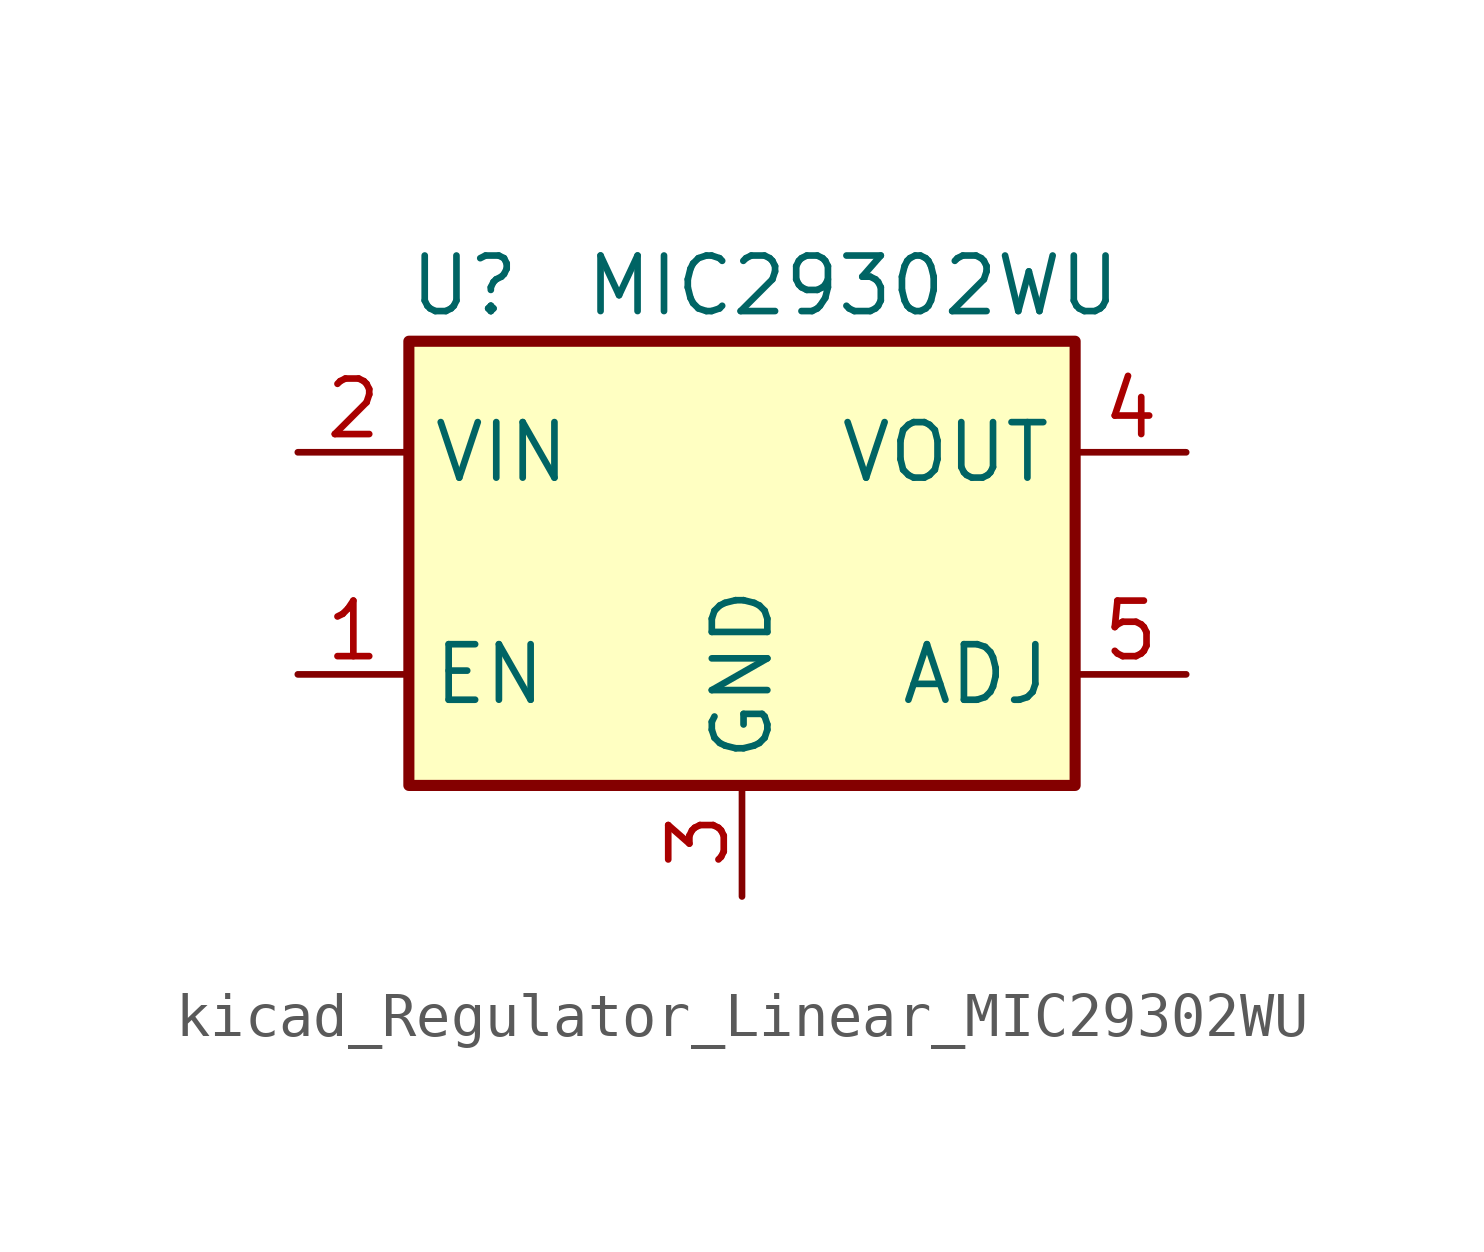
<source format=kicad_sym>
(kicad_symbol_lib
  (version 20220914)
  (generator kicad_symbol_editor)
  (symbol "kicad_Regulator_Linear_MIC29302WU"
    (property "Reference" "U"
      (at -6.35 6.35 0)
      (effects (font (size 1.27 1.27))))
    (property "Value" "MIC29302WU"
      (at 2.54 6.35 0)
      (effects (font (size 1.27 1.27))))
    (symbol "kicad_Regulator_Linear_MIC29302WU_1_1"
      (rectangle (start -7.62 5.08) (end 7.62 -5.08) (stroke (width 0.254) (type default)) (fill (type background)))
      (pin input line (at -10.16 -2.54 0) (length 2.54) (name "EN" (effects (font (size 1.27 1.27)))) (number "1" (effects (font (size 1.27 1.27)))))
      (pin power_in line (at -10.16 2.54 0) (length 2.54) (name "VIN" (effects (font (size 1.27 1.27)))) (number "2" (effects (font (size 1.27 1.27)))))
      (pin power_in line (at 0 -7.62 90) (length 2.54) (name "GND" (effects (font (size 1.27 1.27)))) (number "3" (effects (font (size 1.27 1.27)))))
      (pin power_out line (at 10.16 2.54 180) (length 2.54) (name "VOUT" (effects (font (size 1.27 1.27)))) (number "4" (effects (font (size 1.27 1.27)))))
      (pin input line (at 10.16 -2.54 180) (length 2.54) (name "ADJ" (effects (font (size 1.27 1.27)))) (number "5" (effects (font (size 1.27 1.27))))))))
</source>
